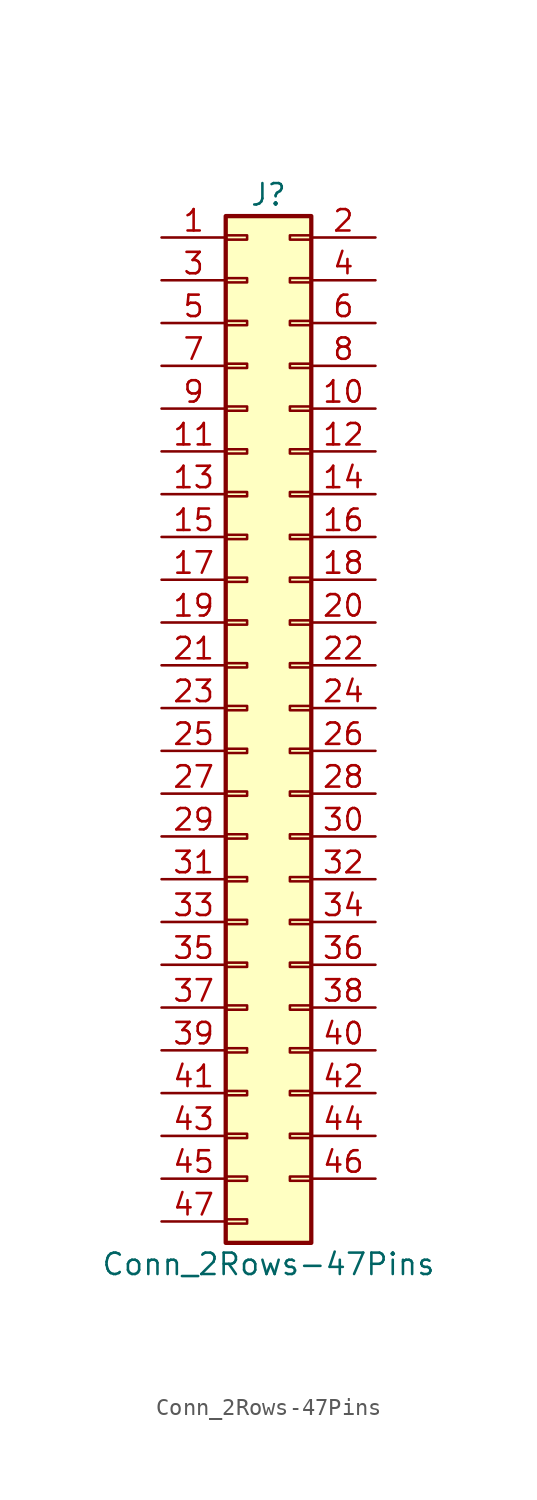
<source format=kicad_sym>
(kicad_symbol_lib
  (version 20201005)
  (generator kicad_symbol_editor)
  (symbol "Conn_2Rows-47Pins"
    (pin_names
      (offset 1.016) hide)
    (property "Reference" "J"
      (at 1.27 30.48 0)
      (effects (font (size 1.27 1.27))))
    (property "Value" "Conn_2Rows-47Pins"
      (at 1.27 -33.02 0)
      (effects (font (size 1.27 1.27))))
    (symbol "Conn_2Rows-47Pins_1_1"
      (rectangle (start -1.27 -30.353) (end 0 -30.607) (stroke (width 0.152)) (fill (type none)))
      (rectangle (start -1.27 -27.813) (end 0 -28.067) (stroke (width 0.152)) (fill (type none)))
      (rectangle (start -1.27 -25.273) (end 0 -25.527) (stroke (width 0.152)) (fill (type none)))
      (rectangle (start -1.27 -22.733) (end 0 -22.987) (stroke (width 0.152)) (fill (type none)))
      (rectangle (start -1.27 -20.193) (end 0 -20.447) (stroke (width 0.152)) (fill (type none)))
      (rectangle (start -1.27 -17.653) (end 0 -17.907) (stroke (width 0.152)) (fill (type none)))
      (rectangle (start -1.27 -15.113) (end 0 -15.367) (stroke (width 0.152)) (fill (type none)))
      (rectangle (start -1.27 -12.573) (end 0 -12.827) (stroke (width 0.152)) (fill (type none)))
      (rectangle (start -1.27 -10.033) (end 0 -10.287) (stroke (width 0.152)) (fill (type none)))
      (rectangle (start -1.27 -7.493) (end 0 -7.747) (stroke (width 0.152)) (fill (type none)))
      (rectangle (start -1.27 -4.953) (end 0 -5.207) (stroke (width 0.152)) (fill (type none)))
      (rectangle (start -1.27 -2.413) (end 0 -2.667) (stroke (width 0.152)) (fill (type none)))
      (rectangle (start -1.27 0.127) (end 0 -0.127) (stroke (width 0.152)) (fill (type none)))
      (rectangle (start -1.27 2.667) (end 0 2.413) (stroke (width 0.152)) (fill (type none)))
      (rectangle (start -1.27 5.207) (end 0 4.953) (stroke (width 0.152)) (fill (type none)))
      (rectangle (start -1.27 7.747) (end 0 7.493) (stroke (width 0.152)) (fill (type none)))
      (rectangle (start -1.27 10.287) (end 0 10.033) (stroke (width 0.152)) (fill (type none)))
      (rectangle (start -1.27 12.827) (end 0 12.573) (stroke (width 0.152)) (fill (type none)))
      (rectangle (start -1.27 15.367) (end 0 15.113) (stroke (width 0.152)) (fill (type none)))
      (rectangle (start -1.27 17.907) (end 0 17.653) (stroke (width 0.152)) (fill (type none)))
      (rectangle (start -1.27 20.447) (end 0 20.193) (stroke (width 0.152)) (fill (type none)))
      (rectangle (start -1.27 22.987) (end 0 22.733) (stroke (width 0.152)) (fill (type none)))
      (rectangle (start -1.27 25.527) (end 0 25.273) (stroke (width 0.152)) (fill (type none)))
      (rectangle (start -1.27 28.067) (end 0 27.813) (stroke (width 0.152)) (fill (type none)))
      (rectangle (start 3.81 -27.813) (end 2.54 -28.067) (stroke (width 0.152)) (fill (type none)))
      (rectangle (start 3.81 -25.273) (end 2.54 -25.527) (stroke (width 0.152)) (fill (type none)))
      (rectangle (start 3.81 -22.733) (end 2.54 -22.987) (stroke (width 0.152)) (fill (type none)))
      (rectangle (start 3.81 -20.193) (end 2.54 -20.447) (stroke (width 0.152)) (fill (type none)))
      (rectangle (start 3.81 -17.653) (end 2.54 -17.907) (stroke (width 0.152)) (fill (type none)))
      (rectangle (start 3.81 -15.113) (end 2.54 -15.367) (stroke (width 0.152)) (fill (type none)))
      (rectangle (start 3.81 -12.573) (end 2.54 -12.827) (stroke (width 0.152)) (fill (type none)))
      (rectangle (start 3.81 -10.033) (end 2.54 -10.287) (stroke (width 0.152)) (fill (type none)))
      (rectangle (start 3.81 -7.493) (end 2.54 -7.747) (stroke (width 0.152)) (fill (type none)))
      (rectangle (start 3.81 -4.953) (end 2.54 -5.207) (stroke (width 0.152)) (fill (type none)))
      (rectangle (start 3.81 -2.413) (end 2.54 -2.667) (stroke (width 0.152)) (fill (type none)))
      (rectangle (start 3.81 0.127) (end 2.54 -0.127) (stroke (width 0.152)) (fill (type none)))
      (rectangle (start 3.81 2.667) (end 2.54 2.413) (stroke (width 0.152)) (fill (type none)))
      (rectangle (start 3.81 5.207) (end 2.54 4.953) (stroke (width 0.152)) (fill (type none)))
      (rectangle (start 3.81 7.747) (end 2.54 7.493) (stroke (width 0.152)) (fill (type none)))
      (rectangle (start 3.81 10.287) (end 2.54 10.033) (stroke (width 0.152)) (fill (type none)))
      (rectangle (start 3.81 12.827) (end 2.54 12.573) (stroke (width 0.152)) (fill (type none)))
      (rectangle (start 3.81 15.367) (end 2.54 15.113) (stroke (width 0.152)) (fill (type none)))
      (rectangle (start 3.81 17.907) (end 2.54 17.653) (stroke (width 0.152)) (fill (type none)))
      (rectangle (start 3.81 20.447) (end 2.54 20.193) (stroke (width 0.152)) (fill (type none)))
      (rectangle (start 3.81 22.987) (end 2.54 22.733) (stroke (width 0.152)) (fill (type none)))
      (rectangle (start 3.81 25.527) (end 2.54 25.273) (stroke (width 0.152)) (fill (type none)))
      (rectangle (start 3.81 28.067) (end 2.54 27.813) (stroke (width 0.152)) (fill (type none)))
      (rectangle (start -1.27 29.21) (end 3.81 -31.75) (stroke (width 0.254)) (fill (type background)))
      (pin passive line (at -5.08 27.94 0) (length 3.81) (name "Pin_1" (effects (font (size 1.27 1.27)))) (number "1" (effects (font (size 1.27 1.27)))))
      (pin passive line (at 7.62 17.78 180) (length 3.81) (name "Pin_10" (effects (font (size 1.27 1.27)))) (number "10" (effects (font (size 1.27 1.27)))))
      (pin passive line (at -5.08 15.24 0) (length 3.81) (name "Pin_11" (effects (font (size 1.27 1.27)))) (number "11" (effects (font (size 1.27 1.27)))))
      (pin passive line (at 7.62 15.24 180) (length 3.81) (name "Pin_12" (effects (font (size 1.27 1.27)))) (number "12" (effects (font (size 1.27 1.27)))))
      (pin passive line (at -5.08 12.7 0) (length 3.81) (name "Pin_13" (effects (font (size 1.27 1.27)))) (number "13" (effects (font (size 1.27 1.27)))))
      (pin passive line (at 7.62 12.7 180) (length 3.81) (name "Pin_14" (effects (font (size 1.27 1.27)))) (number "14" (effects (font (size 1.27 1.27)))))
      (pin passive line (at -5.08 10.16 0) (length 3.81) (name "Pin_15" (effects (font (size 1.27 1.27)))) (number "15" (effects (font (size 1.27 1.27)))))
      (pin passive line (at 7.62 10.16 180) (length 3.81) (name "Pin_16" (effects (font (size 1.27 1.27)))) (number "16" (effects (font (size 1.27 1.27)))))
      (pin passive line (at -5.08 7.62 0) (length 3.81) (name "Pin_17" (effects (font (size 1.27 1.27)))) (number "17" (effects (font (size 1.27 1.27)))))
      (pin passive line (at 7.62 7.62 180) (length 3.81) (name "Pin_18" (effects (font (size 1.27 1.27)))) (number "18" (effects (font (size 1.27 1.27)))))
      (pin passive line (at -5.08 5.08 0) (length 3.81) (name "Pin_19" (effects (font (size 1.27 1.27)))) (number "19" (effects (font (size 1.27 1.27)))))
      (pin passive line (at 7.62 27.94 180) (length 3.81) (name "Pin_2" (effects (font (size 1.27 1.27)))) (number "2" (effects (font (size 1.27 1.27)))))
      (pin passive line (at 7.62 5.08 180) (length 3.81) (name "Pin_20" (effects (font (size 1.27 1.27)))) (number "20" (effects (font (size 1.27 1.27)))))
      (pin passive line (at -5.08 2.54 0) (length 3.81) (name "Pin_21" (effects (font (size 1.27 1.27)))) (number "21" (effects (font (size 1.27 1.27)))))
      (pin passive line (at 7.62 2.54 180) (length 3.81) (name "Pin_22" (effects (font (size 1.27 1.27)))) (number "22" (effects (font (size 1.27 1.27)))))
      (pin passive line (at -5.08 0 0) (length 3.81) (name "Pin_23" (effects (font (size 1.27 1.27)))) (number "23" (effects (font (size 1.27 1.27)))))
      (pin passive line (at 7.62 0 180) (length 3.81) (name "Pin_24" (effects (font (size 1.27 1.27)))) (number "24" (effects (font (size 1.27 1.27)))))
      (pin passive line (at -5.08 -2.54 0) (length 3.81) (name "Pin_25" (effects (font (size 1.27 1.27)))) (number "25" (effects (font (size 1.27 1.27)))))
      (pin passive line (at 7.62 -2.54 180) (length 3.81) (name "Pin_26" (effects (font (size 1.27 1.27)))) (number "26" (effects (font (size 1.27 1.27)))))
      (pin passive line (at -5.08 -5.08 0) (length 3.81) (name "Pin_27" (effects (font (size 1.27 1.27)))) (number "27" (effects (font (size 1.27 1.27)))))
      (pin passive line (at 7.62 -5.08 180) (length 3.81) (name "Pin_28" (effects (font (size 1.27 1.27)))) (number "28" (effects (font (size 1.27 1.27)))))
      (pin passive line (at -5.08 -7.62 0) (length 3.81) (name "Pin_29" (effects (font (size 1.27 1.27)))) (number "29" (effects (font (size 1.27 1.27)))))
      (pin passive line (at -5.08 25.4 0) (length 3.81) (name "Pin_3" (effects (font (size 1.27 1.27)))) (number "3" (effects (font (size 1.27 1.27)))))
      (pin passive line (at 7.62 -7.62 180) (length 3.81) (name "Pin_30" (effects (font (size 1.27 1.27)))) (number "30" (effects (font (size 1.27 1.27)))))
      (pin passive line (at -5.08 -10.16 0) (length 3.81) (name "Pin_31" (effects (font (size 1.27 1.27)))) (number "31" (effects (font (size 1.27 1.27)))))
      (pin passive line (at 7.62 -10.16 180) (length 3.81) (name "Pin_32" (effects (font (size 1.27 1.27)))) (number "32" (effects (font (size 1.27 1.27)))))
      (pin passive line (at -5.08 -12.7 0) (length 3.81) (name "Pin_33" (effects (font (size 1.27 1.27)))) (number "33" (effects (font (size 1.27 1.27)))))
      (pin passive line (at 7.62 -12.7 180) (length 3.81) (name "Pin_34" (effects (font (size 1.27 1.27)))) (number "34" (effects (font (size 1.27 1.27)))))
      (pin passive line (at -5.08 -15.24 0) (length 3.81) (name "Pin_35" (effects (font (size 1.27 1.27)))) (number "35" (effects (font (size 1.27 1.27)))))
      (pin passive line (at 7.62 -15.24 180) (length 3.81) (name "Pin_36" (effects (font (size 1.27 1.27)))) (number "36" (effects (font (size 1.27 1.27)))))
      (pin passive line (at -5.08 -17.78 0) (length 3.81) (name "Pin_37" (effects (font (size 1.27 1.27)))) (number "37" (effects (font (size 1.27 1.27)))))
      (pin passive line (at 7.62 -17.78 180) (length 3.81) (name "Pin_38" (effects (font (size 1.27 1.27)))) (number "38" (effects (font (size 1.27 1.27)))))
      (pin passive line (at -5.08 -20.32 0) (length 3.81) (name "Pin_39" (effects (font (size 1.27 1.27)))) (number "39" (effects (font (size 1.27 1.27)))))
      (pin passive line (at 7.62 25.4 180) (length 3.81) (name "Pin_4" (effects (font (size 1.27 1.27)))) (number "4" (effects (font (size 1.27 1.27)))))
      (pin passive line (at 7.62 -20.32 180) (length 3.81) (name "Pin_40" (effects (font (size 1.27 1.27)))) (number "40" (effects (font (size 1.27 1.27)))))
      (pin passive line (at -5.08 -22.86 0) (length 3.81) (name "Pin_41" (effects (font (size 1.27 1.27)))) (number "41" (effects (font (size 1.27 1.27)))))
      (pin passive line (at 7.62 -22.86 180) (length 3.81) (name "Pin_42" (effects (font (size 1.27 1.27)))) (number "42" (effects (font (size 1.27 1.27)))))
      (pin passive line (at -5.08 -25.4 0) (length 3.81) (name "Pin_43" (effects (font (size 1.27 1.27)))) (number "43" (effects (font (size 1.27 1.27)))))
      (pin passive line (at 7.62 -25.4 180) (length 3.81) (name "Pin_44" (effects (font (size 1.27 1.27)))) (number "44" (effects (font (size 1.27 1.27)))))
      (pin passive line (at -5.08 -27.94 0) (length 3.81) (name "Pin_45" (effects (font (size 1.27 1.27)))) (number "45" (effects (font (size 1.27 1.27)))))
      (pin passive line (at 7.62 -27.94 180) (length 3.81) (name "Pin_46" (effects (font (size 1.27 1.27)))) (number "46" (effects (font (size 1.27 1.27)))))
      (pin passive line (at -5.08 -30.48 0) (length 3.81) (name "Pin_47" (effects (font (size 1.27 1.27)))) (number "47" (effects (font (size 1.27 1.27)))))
      (pin passive line (at -5.08 22.86 0) (length 3.81) (name "Pin_5" (effects (font (size 1.27 1.27)))) (number "5" (effects (font (size 1.27 1.27)))))
      (pin passive line (at 7.62 22.86 180) (length 3.81) (name "Pin_6" (effects (font (size 1.27 1.27)))) (number "6" (effects (font (size 1.27 1.27)))))
      (pin passive line (at -5.08 20.32 0) (length 3.81) (name "Pin_7" (effects (font (size 1.27 1.27)))) (number "7" (effects (font (size 1.27 1.27)))))
      (pin passive line (at 7.62 20.32 180) (length 3.81) (name "Pin_8" (effects (font (size 1.27 1.27)))) (number "8" (effects (font (size 1.27 1.27)))))
      (pin passive line (at -5.08 17.78 0) (length 3.81) (name "Pin_9" (effects (font (size 1.27 1.27)))) (number "9" (effects (font (size 1.27 1.27))))))))
</source>
